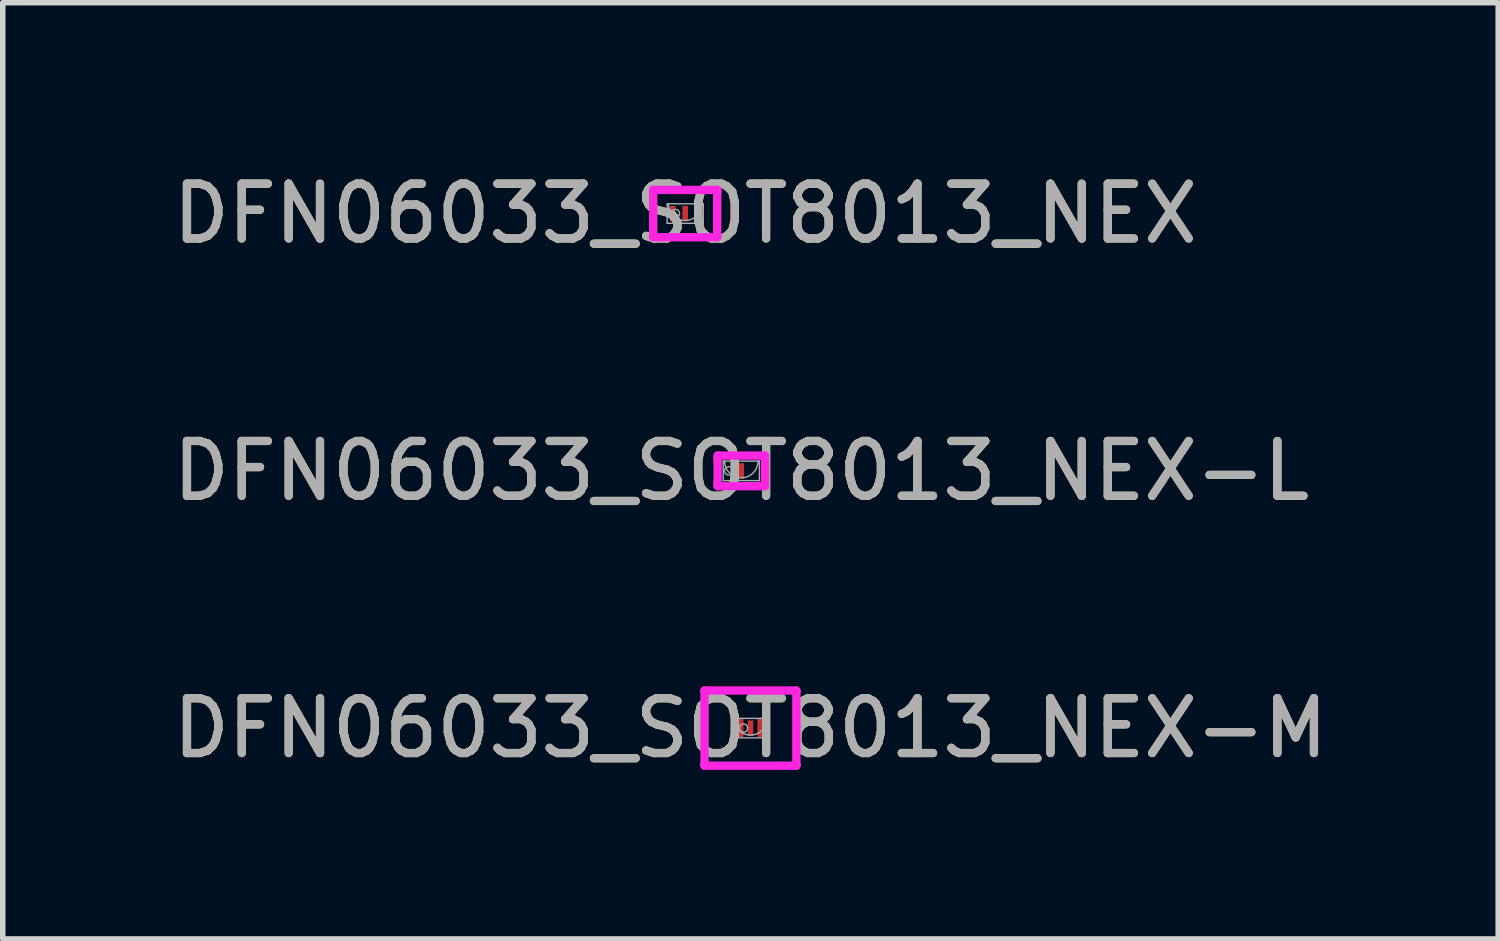
<source format=kicad_pcb>
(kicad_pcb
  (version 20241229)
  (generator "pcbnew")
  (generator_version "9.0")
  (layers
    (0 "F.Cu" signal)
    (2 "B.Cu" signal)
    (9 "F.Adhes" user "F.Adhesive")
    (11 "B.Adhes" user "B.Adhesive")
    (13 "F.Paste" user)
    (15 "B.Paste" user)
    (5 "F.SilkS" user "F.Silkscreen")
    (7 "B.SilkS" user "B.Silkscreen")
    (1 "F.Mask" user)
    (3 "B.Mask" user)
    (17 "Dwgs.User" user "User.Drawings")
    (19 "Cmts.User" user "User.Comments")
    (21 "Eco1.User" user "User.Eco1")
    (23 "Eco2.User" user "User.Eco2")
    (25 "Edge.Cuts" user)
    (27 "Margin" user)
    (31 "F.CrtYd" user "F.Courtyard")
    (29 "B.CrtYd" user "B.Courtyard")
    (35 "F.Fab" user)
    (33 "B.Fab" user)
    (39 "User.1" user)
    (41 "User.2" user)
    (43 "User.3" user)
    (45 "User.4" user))
  (footprint "DFN06033_SOT8013_NEX-L"
    (layer "F.Cu")
    (at 10.482 5.545)
    (property "Reference" "DFN06033_SOT8013_NEX-L" (at 0 0 0) (unlocked yes) (layer "F.SilkS") (effects (font (size 1 1) (thickness 0.15))))
    (attr smd)
    (fp_line (start -0.432 -0.279) (end 0.432 -0.279) (stroke (width 0.152) (type solid)) (layer "F.CrtYd"))
    (fp_line (start -0.432 -0.216) (end -0.432 -0.279) (stroke (width 0.152) (type solid)) (layer "F.CrtYd"))
    (fp_line (start -0.432 -0.216) (end -0.432 -0.216) (stroke (width 0.152) (type solid)) (layer "F.CrtYd"))
    (fp_line (start -0.432 0.216) (end -0.432 -0.216) (stroke (width 0.152) (type solid)) (layer "F.CrtYd"))
    (fp_line (start -0.432 0.216) (end -0.432 0.216) (stroke (width 0.152) (type solid)) (layer "F.CrtYd"))
    (fp_line (start -0.432 0.279) (end -0.432 0.216) (stroke (width 0.152) (type solid)) (layer "F.CrtYd"))
    (fp_line (start 0.432 -0.279) (end 0.432 -0.216) (stroke (width 0.152) (type solid)) (layer "F.CrtYd"))
    (fp_line (start 0.432 -0.216) (end 0.432 -0.216) (stroke (width 0.152) (type solid)) (layer "F.CrtYd"))
    (fp_line (start 0.432 -0.216) (end 0.432 0.216) (stroke (width 0.152) (type solid)) (layer "F.CrtYd"))
    (fp_line (start 0.432 0.216) (end 0.432 0.216) (stroke (width 0.152) (type solid)) (layer "F.CrtYd"))
    (fp_line (start 0.432 0.216) (end 0.432 0.279) (stroke (width 0.152) (type solid)) (layer "F.CrtYd"))
    (fp_line (start 0.432 0.279) (end -0.432 0.279) (stroke (width 0.152) (type solid)) (layer "F.CrtYd"))
    (fp_line (start -0.33 -0.178) (end -0.33 0.178) (stroke (width 0.025) (type solid)) (layer "F.Fab"))
    (fp_line (start -0.33 0.178) (end 0.33 0.178) (stroke (width 0.025) (type solid)) (layer "F.Fab"))
    (fp_line (start 0.33 -0.178) (end -0.33 -0.178) (stroke (width 0.025) (type solid)) (layer "F.Fab"))
    (fp_line (start 0.33 0.178) (end 0.33 -0.178) (stroke (width 0.025) (type solid)) (layer "F.Fab"))
    (fp_arc (start 0.3048 -0.1778) (mid 0 0.127) (end -0.3048 -0.1778) (stroke (width 0.0254) (type solid)) (layer "F.Fab"))
    (fp_circle (center -0.229 0) (end -0.152 0) (stroke (width 0.025) (type solid)) (fill no) (layer "F.Fab"))
    (fp_text user "${REFERENCE}" (at 0 0 0) (unlocked yes) (layer "F.Fab") (effects (font (size 1 1) (thickness 0.15))))
    (pad "1" smd rect (at -0.229 0) (size 0.001 0.001) (layers "F.Cu" "F.Mask" "F.Paste"))
    (pad "2" smd rect (at 0 0) (size 0.102 0.279) (layers "F.Cu" "F.Mask" "F.Paste"))
    (pad "3" smd rect (at 0.229 0) (size 0.001 0.001) (layers "F.Cu" "F.Mask" "F.Paste")))
  (footprint "DFN06033_SOT8013_NEX-M"
    (layer "F.Cu")
    (at 10.649 10.241)
    (property "Reference" "DFN06033_SOT8013_NEX-M" (at 0 0 0) (unlocked yes) (layer "F.SilkS") (effects (font (size 1 1) (thickness 0.15))))
    (attr smd)
    (fp_line (start -0.838 -0.686) (end 0.838 -0.686) (stroke (width 0.152) (type solid)) (layer "F.CrtYd"))
    (fp_line (start -0.838 -0.673) (end -0.838 -0.686) (stroke (width 0.152) (type solid)) (layer "F.CrtYd"))
    (fp_line (start -0.838 -0.673) (end -0.838 -0.673) (stroke (width 0.152) (type solid)) (layer "F.CrtYd"))
    (fp_line (start -0.838 0.673) (end -0.838 -0.673) (stroke (width 0.152) (type solid)) (layer "F.CrtYd"))
    (fp_line (start -0.838 0.673) (end -0.838 0.673) (stroke (width 0.152) (type solid)) (layer "F.CrtYd"))
    (fp_line (start -0.838 0.686) (end -0.838 0.673) (stroke (width 0.152) (type solid)) (layer "F.CrtYd"))
    (fp_line (start 0.838 -0.686) (end 0.838 -0.673) (stroke (width 0.152) (type solid)) (layer "F.CrtYd"))
    (fp_line (start 0.838 -0.673) (end 0.838 -0.673) (stroke (width 0.152) (type solid)) (layer "F.CrtYd"))
    (fp_line (start 0.838 -0.673) (end 0.838 0.673) (stroke (width 0.152) (type solid)) (layer "F.CrtYd"))
    (fp_line (start 0.838 0.673) (end 0.838 0.673) (stroke (width 0.152) (type solid)) (layer "F.CrtYd"))
    (fp_line (start 0.838 0.673) (end 0.838 0.686) (stroke (width 0.152) (type solid)) (layer "F.CrtYd"))
    (fp_line (start 0.838 0.686) (end -0.838 0.686) (stroke (width 0.152) (type solid)) (layer "F.CrtYd"))
    (fp_line (start -0.33 -0.178) (end -0.33 0.178) (stroke (width 0.025) (type solid)) (layer "F.Fab"))
    (fp_line (start -0.33 0.178) (end 0.33 0.178) (stroke (width 0.025) (type solid)) (layer "F.Fab"))
    (fp_line (start 0.33 -0.178) (end -0.33 -0.178) (stroke (width 0.025) (type solid)) (layer "F.Fab"))
    (fp_line (start 0.33 0.178) (end 0.33 -0.178) (stroke (width 0.025) (type solid)) (layer "F.Fab"))
    (fp_arc (start 0.3048 -0.1778) (mid 0 0.127) (end -0.3048 -0.1778) (stroke (width 0.0254) (type solid)) (layer "F.Fab"))
    (fp_circle (center -0.127 0) (end -0.051 0) (stroke (width 0.025) (type solid)) (fill no) (layer "F.Fab"))
    (fp_text user "${REFERENCE}" (at 0 0 0) (unlocked yes) (layer "F.Fab") (effects (font (size 1 1) (thickness 0.15))))
    (pad "1" smd rect (at -0.229 0) (size 0.203 0.33) (layers "F.Cu" "F.Mask" "F.Paste"))
    (pad "2" smd rect (at 0 0) (size 0.102 0.279) (layers "F.Cu" "F.Mask" "F.Paste"))
    (pad "3" smd rect (at 0.229 0) (size 0.203 0.33) (layers "F.Cu" "F.Mask" "F.Paste")))
  (footprint "DFN06033_SOT8013_NEX"
    (layer "F.Cu")
    (at 9.458 0.848)
    (property "Reference" "DFN06033_SOT8013_NEX" (at 0 0 0) (unlocked yes) (layer "F.SilkS") (effects (font (size 1 1) (thickness 0.15))))
    (attr smd)
    (fp_line (start -0.584 -0.432) (end 0.584 -0.432) (stroke (width 0.152) (type solid)) (layer "F.CrtYd"))
    (fp_line (start -0.584 -0.394) (end -0.584 -0.432) (stroke (width 0.152) (type solid)) (layer "F.CrtYd"))
    (fp_line (start -0.584 -0.394) (end -0.584 -0.394) (stroke (width 0.152) (type solid)) (layer "F.CrtYd"))
    (fp_line (start -0.584 0.394) (end -0.584 -0.394) (stroke (width 0.152) (type solid)) (layer "F.CrtYd"))
    (fp_line (start -0.584 0.394) (end -0.584 0.394) (stroke (width 0.152) (type solid)) (layer "F.CrtYd"))
    (fp_line (start -0.584 0.432) (end -0.584 0.394) (stroke (width 0.152) (type solid)) (layer "F.CrtYd"))
    (fp_line (start 0.584 -0.432) (end 0.584 -0.394) (stroke (width 0.152) (type solid)) (layer "F.CrtYd"))
    (fp_line (start 0.584 -0.394) (end 0.584 -0.394) (stroke (width 0.152) (type solid)) (layer "F.CrtYd"))
    (fp_line (start 0.584 -0.394) (end 0.584 0.394) (stroke (width 0.152) (type solid)) (layer "F.CrtYd"))
    (fp_line (start 0.584 0.394) (end 0.584 0.394) (stroke (width 0.152) (type solid)) (layer "F.CrtYd"))
    (fp_line (start 0.584 0.394) (end 0.584 0.432) (stroke (width 0.152) (type solid)) (layer "F.CrtYd"))
    (fp_line (start 0.584 0.432) (end -0.584 0.432) (stroke (width 0.152) (type solid)) (layer "F.CrtYd"))
    (fp_line (start -0.33 -0.178) (end -0.33 0.178) (stroke (width 0.025) (type solid)) (layer "F.Fab"))
    (fp_line (start -0.33 0.178) (end 0.33 0.178) (stroke (width 0.025) (type solid)) (layer "F.Fab"))
    (fp_line (start 0.33 -0.178) (end -0.33 -0.178) (stroke (width 0.025) (type solid)) (layer "F.Fab"))
    (fp_line (start 0.33 0.178) (end 0.33 -0.178) (stroke (width 0.025) (type solid)) (layer "F.Fab"))
    (fp_arc (start 0.3048 -0.1778) (mid 0 0.127) (end -0.3048 -0.1778) (stroke (width 0.0254) (type solid)) (layer "F.Fab"))
    (fp_circle (center -0.178 0) (end -0.102 0) (stroke (width 0.025) (type solid)) (fill no) (layer "F.Fab"))
    (fp_text user "${REFERENCE}" (at 0 0 0) (unlocked yes) (layer "F.Fab") (effects (font (size 1 1) (thickness 0.15))))
    (pad "1" smd rect (at -0.229 0) (size 0.102 0.279) (layers "F.Cu" "F.Mask" "F.Paste"))
    (pad "2" smd rect (at 0 0) (size 0.102 0.279) (layers "F.Cu" "F.Mask" "F.Paste"))
    (pad "3" smd rect (at 0.229 0) (size 0.102 0.279) (layers "F.Cu" "F.Mask" "F.Paste")))
  (gr_rect
    (start -3 -3)
    (end 24.298 14.089)
    (stroke (width 0.1) (type default))
    (fill no)
    (layer "Edge.Cuts")))
</source>
